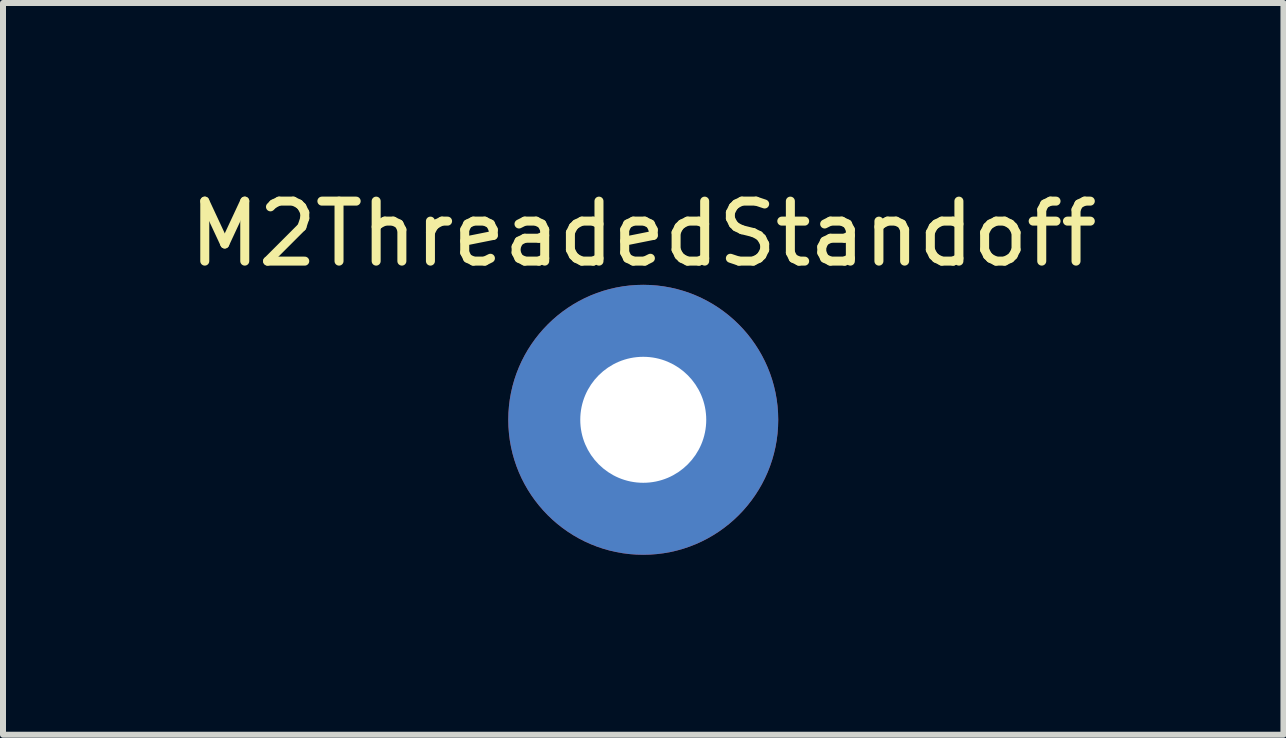
<source format=kicad_pcb>
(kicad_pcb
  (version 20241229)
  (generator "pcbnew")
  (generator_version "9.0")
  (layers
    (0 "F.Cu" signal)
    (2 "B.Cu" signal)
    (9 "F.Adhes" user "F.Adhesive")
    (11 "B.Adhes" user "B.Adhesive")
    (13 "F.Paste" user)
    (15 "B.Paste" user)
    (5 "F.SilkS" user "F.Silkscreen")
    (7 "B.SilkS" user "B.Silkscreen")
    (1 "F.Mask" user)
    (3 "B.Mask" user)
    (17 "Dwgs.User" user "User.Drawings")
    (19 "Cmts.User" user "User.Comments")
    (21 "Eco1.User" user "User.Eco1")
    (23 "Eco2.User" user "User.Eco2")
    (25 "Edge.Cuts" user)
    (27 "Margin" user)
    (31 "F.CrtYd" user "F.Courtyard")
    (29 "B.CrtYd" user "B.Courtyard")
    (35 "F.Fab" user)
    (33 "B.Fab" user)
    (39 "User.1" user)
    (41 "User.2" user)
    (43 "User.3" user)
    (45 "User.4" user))
  (footprint "M2ThreadedStandoff"
    (layer "F.Cu")
    (at 7.673 3.948)
    (property "Reference" "M2ThreadedStandoff" (at 0 -3.1 0) (unlocked yes) (layer "F.SilkS") (effects (font (size 1 1) (thickness 0.15))))
    (attr smd)
    (fp_arc (start -1.54 0.58) (mid -1.634852 -0.144137) (end -1.406327 -0.837786) (stroke (width 1.2) (type default)) (layer "F.Paste"))
    (fp_arc (start 0.16 -1.642997) (mid 0.887708 -1.393557) (end 1.424942 -0.842958) (stroke (width 1.2) (type default)) (layer "F.Paste"))
    (fp_arc (start 1.361219 0.920815) (mid 0.700028 1.490696) (end -0.16 1.64) (stroke (width 1.2) (type default)) (layer "F.Paste"))
    (pad "1" thru_hole circle (at 0 0) (size 4.5 4.5) (drill 2.1) (layers "*.Cu" "*.Mask")))
  (gr_rect
    (start -3 -3)
    (end 18.345 9.198)
    (stroke (width 0.1) (type default))
    (fill no)
    (layer "Edge.Cuts")))
</source>
